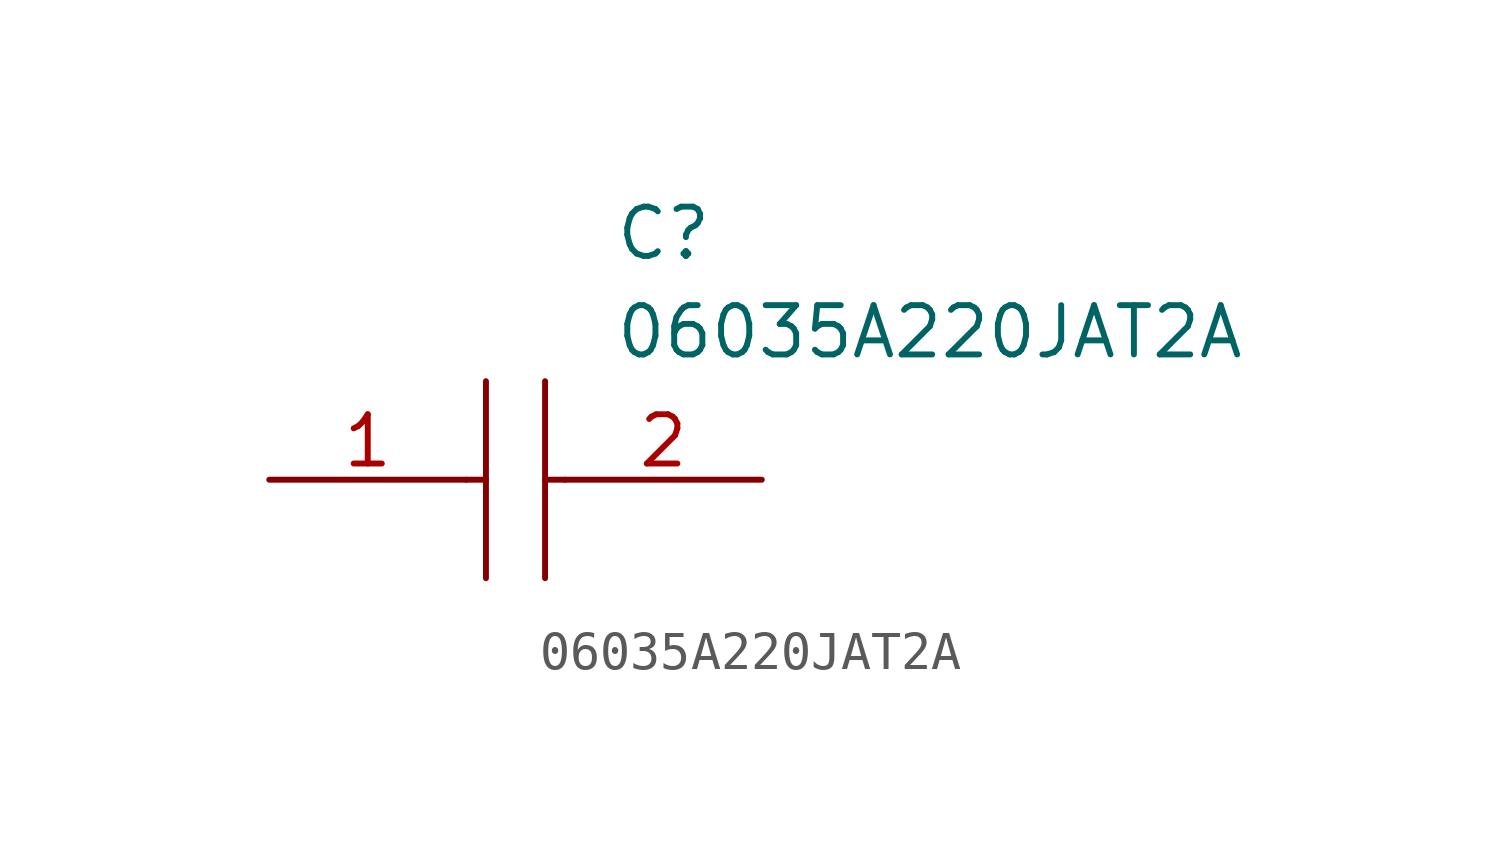
<source format=kicad_sym>
(kicad_symbol_lib
  (version 20211014)
  (generator kicad_symbol_editor)
  (symbol "06035A220JAT2A"
    (pin_names
      (offset 0.762))
    (property "Reference" "C"
      (at 8.89 6.35 0)
      (effects (font (size 1.27 1.27)) (justify left)))
    (property "Value" "06035A220JAT2A"
      (at 8.89 3.81 0)
      (effects (font (size 1.27 1.27)) (justify left)))
    (symbol "06035A220JAT2A_0_0"
      (pin passive line (at 0 0 0) (length 5.08) (name "~" (effects (font (size 1.27 1.27)))) (number "1" (effects (font (size 1.27 1.27)))))
      (pin passive line (at 12.7 0 180) (length 5.08) (name "~" (effects (font (size 1.27 1.27)))) (number "2" (effects (font (size 1.27 1.27))))))
    (symbol "06035A220JAT2A_0_1"
      (polyline (pts (xy 5.08 0) (xy 5.588 0)) (stroke (width 0.152) (type default) (color 0 0 0 0)) (fill (type none)))
      (polyline (pts (xy 5.588 2.54) (xy 5.588 -2.54)) (stroke (width 0.152) (type default) (color 0 0 0 0)) (fill (type none)))
      (polyline (pts (xy 7.112 0) (xy 7.62 0)) (stroke (width 0.152) (type default) (color 0 0 0 0)) (fill (type none)))
      (polyline (pts (xy 7.112 2.54) (xy 7.112 -2.54)) (stroke (width 0.152) (type default) (color 0 0 0 0)) (fill (type none))))))
</source>
